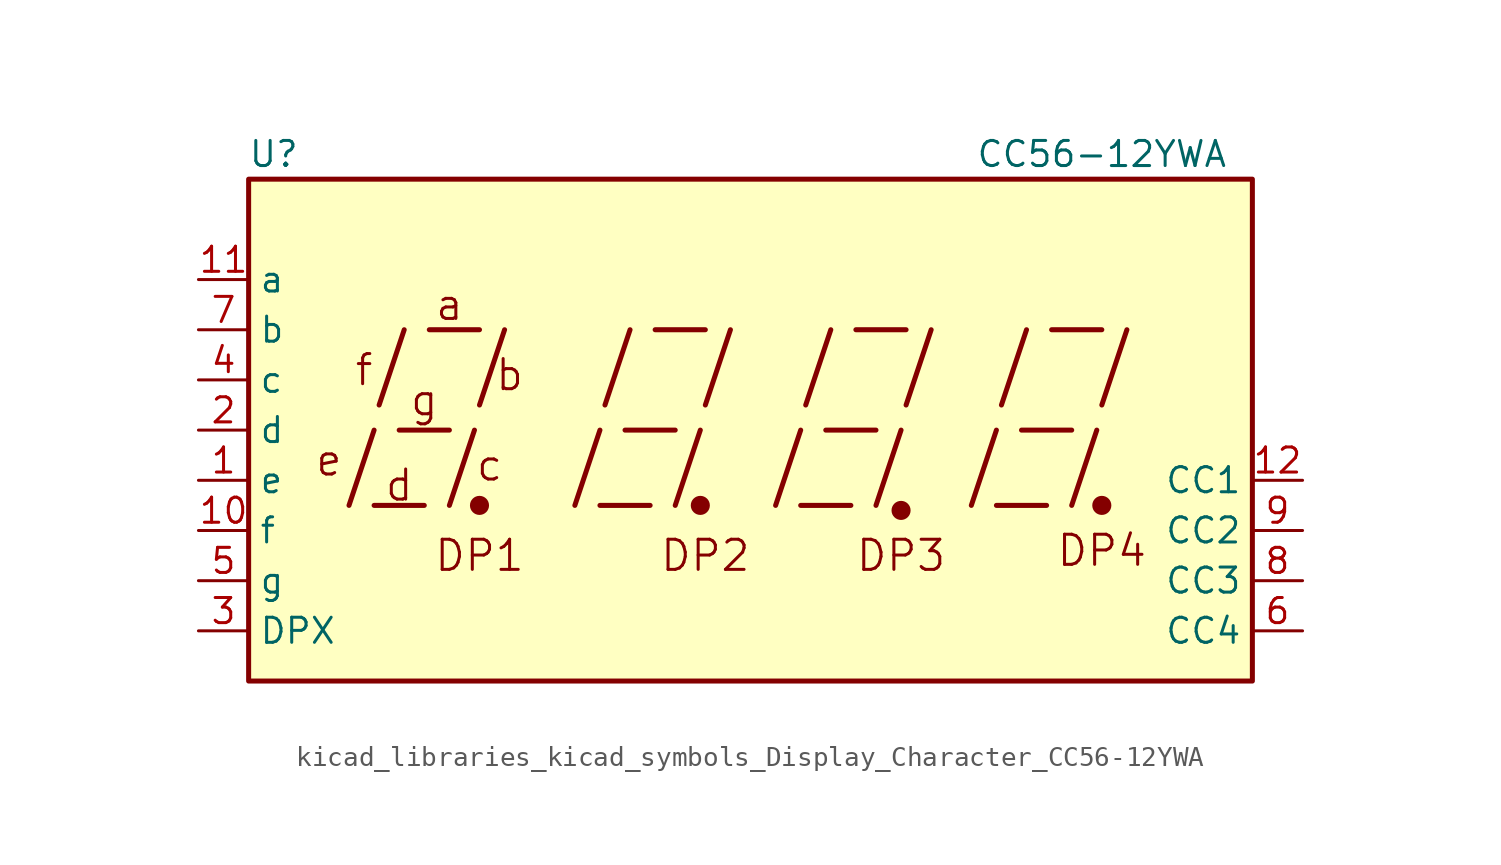
<source format=kicad_sym>
(kicad_symbol_lib
  (version 20220914)
  (generator kicad_symbol_editor)
  (symbol "kicad_libraries_kicad_symbols_Display_Character_CC56-12YWA"
    (property "Reference" "U"
      (at -24.13 13.97 0)
      (effects (font (size 1.27 1.27))))
    (property "Value" "CC56-12YWA"
      (at 17.78 13.97 0)
      (effects (font (size 1.27 1.27))))
    (symbol "kicad_libraries_kicad_symbols_Display_Character_CC56-12YWA_0_0"
      (rectangle (start -25.4 12.7) (end 25.4 -12.7) (stroke (width 0.254) (type default)) (fill (type background)))
      (polyline (pts (xy -20.32 -3.81) (xy -19.05 0)) (stroke (width 0.254) (type default)) (fill (type none)))
      (polyline (pts (xy -19.05 -3.81) (xy -16.51 -3.81)) (stroke (width 0.254) (type default)) (fill (type none)))
      (polyline (pts (xy -18.796 1.27) (xy -17.526 5.08)) (stroke (width 0.254) (type default)) (fill (type none)))
      (polyline (pts (xy -17.78 0) (xy -15.24 0)) (stroke (width 0.254) (type default)) (fill (type none)))
      (polyline (pts (xy -16.256 5.08) (xy -13.716 5.08)) (stroke (width 0.254) (type default)) (fill (type none)))
      (polyline (pts (xy -15.24 -3.81) (xy -13.97 0)) (stroke (width 0.254) (type default)) (fill (type none)))
      (polyline (pts (xy -13.716 1.27) (xy -12.446 5.08)) (stroke (width 0.254) (type default)) (fill (type none)))
      (polyline (pts (xy -8.89 -3.81) (xy -7.62 0)) (stroke (width 0.254) (type default)) (fill (type none)))
      (polyline (pts (xy -7.62 -3.81) (xy -5.08 -3.81)) (stroke (width 0.254) (type default)) (fill (type none)))
      (polyline (pts (xy -7.366 1.27) (xy -6.096 5.08)) (stroke (width 0.254) (type default)) (fill (type none)))
      (polyline (pts (xy -6.35 0) (xy -3.81 0)) (stroke (width 0.254) (type default)) (fill (type none)))
      (polyline (pts (xy -4.826 5.08) (xy -2.286 5.08)) (stroke (width 0.254) (type default)) (fill (type none)))
      (polyline (pts (xy -3.81 -3.81) (xy -2.54 0)) (stroke (width 0.254) (type default)) (fill (type none)))
      (polyline (pts (xy -2.286 1.27) (xy -1.016 5.08)) (stroke (width 0.254) (type default)) (fill (type none)))
      (polyline (pts (xy 1.27 -3.81) (xy 2.54 0)) (stroke (width 0.254) (type default)) (fill (type none)))
      (polyline (pts (xy 2.54 -3.81) (xy 5.08 -3.81)) (stroke (width 0.254) (type default)) (fill (type none)))
      (polyline (pts (xy 2.794 1.27) (xy 4.064 5.08)) (stroke (width 0.254) (type default)) (fill (type none)))
      (polyline (pts (xy 3.81 0) (xy 6.35 0)) (stroke (width 0.254) (type default)) (fill (type none)))
      (polyline (pts (xy 5.334 5.08) (xy 7.874 5.08)) (stroke (width 0.254) (type default)) (fill (type none)))
      (polyline (pts (xy 6.35 -3.81) (xy 7.62 0)) (stroke (width 0.254) (type default)) (fill (type none)))
      (polyline (pts (xy 7.874 1.27) (xy 9.144 5.08)) (stroke (width 0.254) (type default)) (fill (type none)))
      (polyline (pts (xy 11.176 -3.81) (xy 12.446 0)) (stroke (width 0.254) (type default)) (fill (type none)))
      (polyline (pts (xy 12.446 -3.81) (xy 14.986 -3.81)) (stroke (width 0.254) (type default)) (fill (type none)))
      (polyline (pts (xy 12.7 1.27) (xy 13.97 5.08)) (stroke (width 0.254) (type default)) (fill (type none)))
      (polyline (pts (xy 13.716 0) (xy 16.256 0)) (stroke (width 0.254) (type default)) (fill (type none)))
      (polyline (pts (xy 15.24 5.08) (xy 17.78 5.08)) (stroke (width 0.254) (type default)) (fill (type none)))
      (polyline (pts (xy 16.256 -3.81) (xy 17.526 0)) (stroke (width 0.254) (type default)) (fill (type none)))
      (polyline (pts (xy 17.78 1.27) (xy 19.05 5.08)) (stroke (width 0.254) (type default)) (fill (type none)))
      (text "a" (at -15.24 6.35 0) (effects (font (size 1.524 1.524))))
      (text "b" (at -12.192 2.794 0) (effects (font (size 1.524 1.524))))
      (text "c" (at -13.208 -1.778 0) (effects (font (size 1.524 1.524))))
      (text "d" (at -17.78 -2.794 0) (effects (font (size 1.524 1.524))))
      (text "DP1" (at -13.716 -6.35 0) (effects (font (size 1.524 1.524))))
      (text "DP2" (at -2.286 -6.35 0) (effects (font (size 1.524 1.524))))
      (text "DP3" (at 7.62 -6.35 0) (effects (font (size 1.524 1.524))))
      (text "DP4" (at 17.78 -6.096 0) (effects (font (size 1.524 1.524))))
      (text "e" (at -21.336 -1.524 0) (effects (font (size 1.524 1.524))))
      (text "f" (at -19.558 3.048 0) (effects (font (size 1.524 1.524))))
      (text "g" (at -16.51 1.524 0) (effects (font (size 1.524 1.524)))))
    (symbol "kicad_libraries_kicad_symbols_Display_Character_CC56-12YWA_0_1"
      (circle (center -13.716 -3.81) (radius 0.356) (stroke (width 0.254) (type default)) (fill (type outline)))
      (circle (center -2.54 -3.81) (radius 0.356) (stroke (width 0.254) (type default)) (fill (type outline))))
    (symbol "kicad_libraries_kicad_symbols_Display_Character_CC56-12YWA_1_0"
      (circle (center 7.62 -4.064) (radius 0.356) (stroke (width 0.254) (type default)) (fill (type outline)))
      (circle (center 17.78 -3.81) (radius 0.356) (stroke (width 0.254) (type default)) (fill (type outline))))
    (symbol "kicad_libraries_kicad_symbols_Display_Character_CC56-12YWA_1_1"
      (pin input line (at -27.94 -2.54 0) (length 2.54) (name "e" (effects (font (size 1.27 1.27)))) (number "1" (effects (font (size 1.27 1.27)))))
      (pin input line (at -27.94 -5.08 0) (length 2.54) (name "f" (effects (font (size 1.27 1.27)))) (number "10" (effects (font (size 1.27 1.27)))))
      (pin input line (at -27.94 7.62 0) (length 2.54) (name "a" (effects (font (size 1.27 1.27)))) (number "11" (effects (font (size 1.27 1.27)))))
      (pin input line (at 27.94 -2.54 180) (length 2.54) (name "CC1" (effects (font (size 1.27 1.27)))) (number "12" (effects (font (size 1.27 1.27)))))
      (pin input line (at -27.94 0 0) (length 2.54) (name "d" (effects (font (size 1.27 1.27)))) (number "2" (effects (font (size 1.27 1.27)))))
      (pin input line (at -27.94 -10.16 0) (length 2.54) (name "DPX" (effects (font (size 1.27 1.27)))) (number "3" (effects (font (size 1.27 1.27)))))
      (pin input line (at -27.94 2.54 0) (length 2.54) (name "c" (effects (font (size 1.27 1.27)))) (number "4" (effects (font (size 1.27 1.27)))))
      (pin input line (at -27.94 -7.62 0) (length 2.54) (name "g" (effects (font (size 1.27 1.27)))) (number "5" (effects (font (size 1.27 1.27)))))
      (pin input line (at 27.94 -10.16 180) (length 2.54) (name "CC4" (effects (font (size 1.27 1.27)))) (number "6" (effects (font (size 1.27 1.27)))))
      (pin input line (at -27.94 5.08 0) (length 2.54) (name "b" (effects (font (size 1.27 1.27)))) (number "7" (effects (font (size 1.27 1.27)))))
      (pin input line (at 27.94 -7.62 180) (length 2.54) (name "CC3" (effects (font (size 1.27 1.27)))) (number "8" (effects (font (size 1.27 1.27)))))
      (pin input line (at 27.94 -5.08 180) (length 2.54) (name "CC2" (effects (font (size 1.27 1.27)))) (number "9" (effects (font (size 1.27 1.27))))))))
</source>
